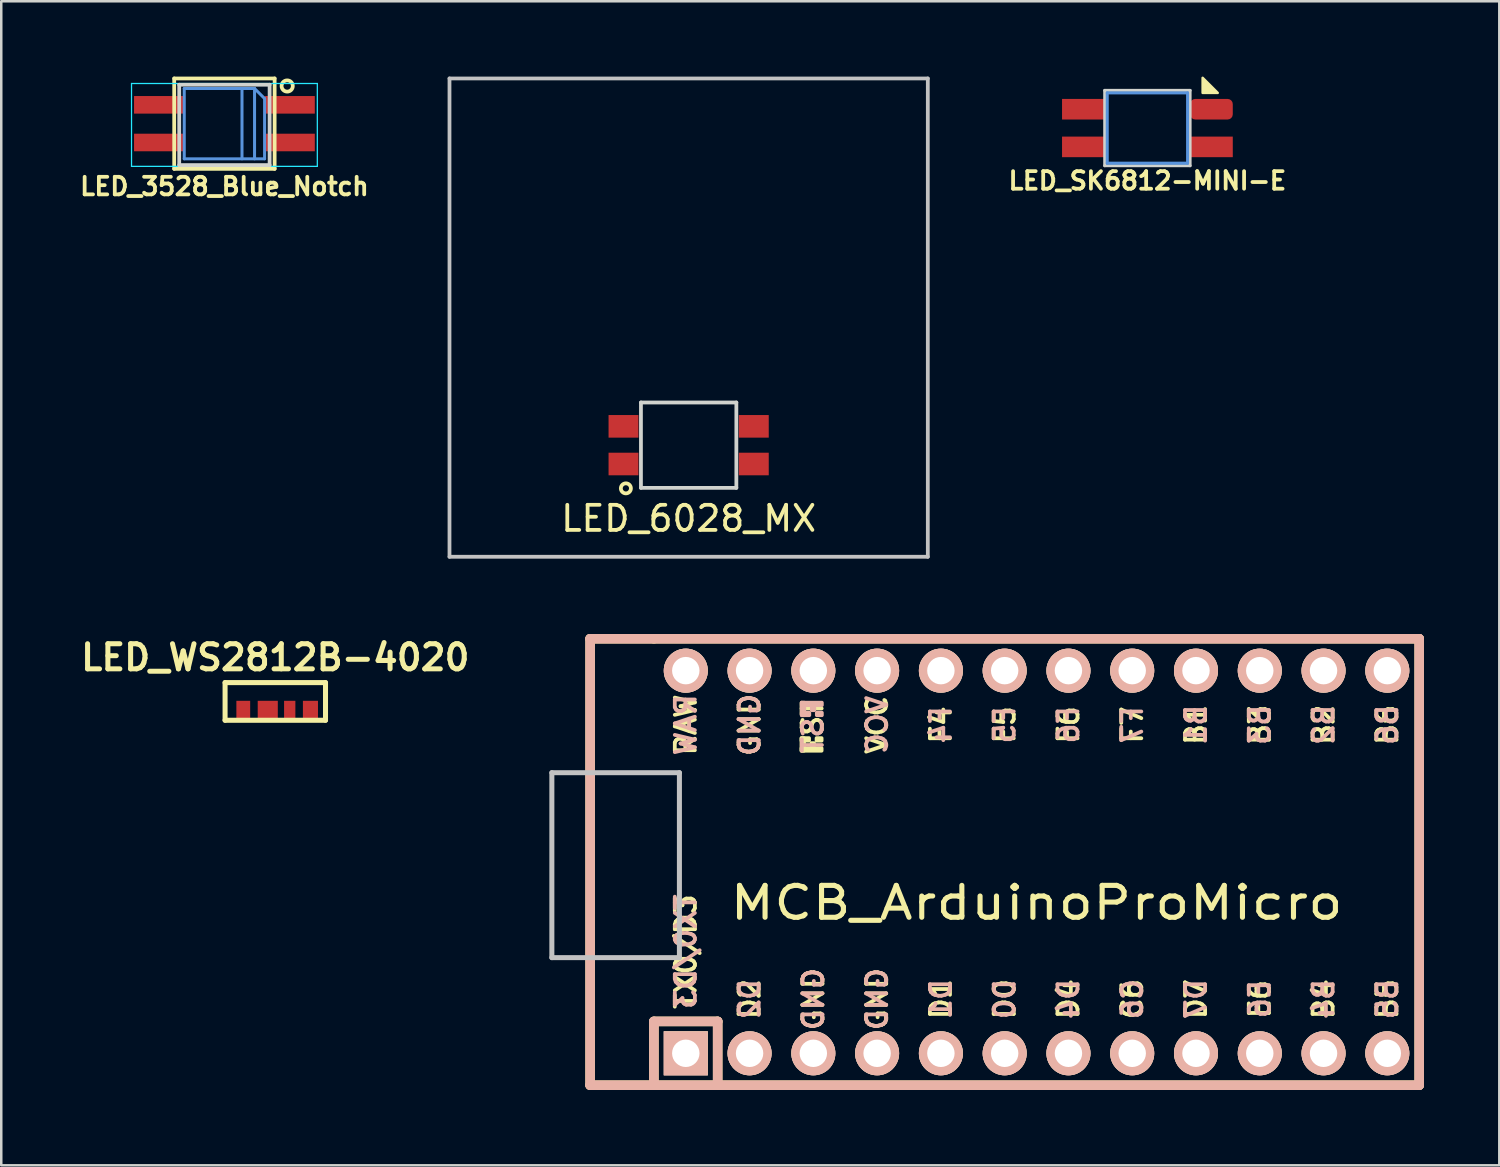
<source format=kicad_pcb>
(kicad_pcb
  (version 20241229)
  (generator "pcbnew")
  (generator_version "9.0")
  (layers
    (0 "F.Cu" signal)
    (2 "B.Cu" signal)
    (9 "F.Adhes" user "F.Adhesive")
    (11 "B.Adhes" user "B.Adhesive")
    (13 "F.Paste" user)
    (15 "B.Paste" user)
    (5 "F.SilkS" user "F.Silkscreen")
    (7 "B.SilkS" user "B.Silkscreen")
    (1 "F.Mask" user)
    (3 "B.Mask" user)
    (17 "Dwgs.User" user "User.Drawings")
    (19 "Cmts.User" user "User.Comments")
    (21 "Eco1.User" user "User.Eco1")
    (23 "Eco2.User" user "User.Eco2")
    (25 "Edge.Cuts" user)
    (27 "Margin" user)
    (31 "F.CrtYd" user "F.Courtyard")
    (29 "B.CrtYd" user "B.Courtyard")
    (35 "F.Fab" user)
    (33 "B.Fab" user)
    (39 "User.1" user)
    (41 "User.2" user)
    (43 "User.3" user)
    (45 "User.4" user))
  (footprint "LED_3528_Blue_Notch"
    (layer "F.Cu")
    (at 5.888 1.925)
    (property "Reference" "LED_3528_Blue_Notch" (at 0 2.45 0) (layer "F.SilkS") (effects (font (size 0.7 0.7) (thickness 0.15))))
    (attr smd)
    (fp_line (start -2 -1.85) (end 2 -1.85) (stroke (width 0.15) (type solid)) (layer "F.SilkS"))
    (fp_line (start -2 1.75) (end -2 -1.85) (stroke (width 0.15) (type solid)) (layer "F.SilkS"))
    (fp_line (start 2 -1.85) (end 2 1.75) (stroke (width 0.15) (type solid)) (layer "F.SilkS"))
    (fp_line (start 2 1.75) (end -2 1.75) (stroke (width 0.15) (type solid)) (layer "F.SilkS"))
    (fp_circle (center 2.5 -1.55) (end 2.6 -1.35) (stroke (width 0.15) (type solid)) (fill no) (layer "F.SilkS"))
    (fp_line (start -1.6 -1.45) (end -1.6 1.35) (stroke (width 0.12) (type solid)) (layer "Cmts.User"))
    (fp_line (start -1.6 1.35) (end 1.6 1.35) (stroke (width 0.12) (type solid)) (layer "Cmts.User"))
    (fp_line (start 0.7 1.35) (end 0.7 -1.45) (stroke (width 0.12) (type solid)) (layer "Cmts.User"))
    (fp_line (start 1.2 -1.45) (end -1.6 -1.45) (stroke (width 0.12) (type solid)) (layer "Cmts.User"))
    (fp_line (start 1.2 -1.45) (end 1.2 1.35) (stroke (width 0.12) (type solid)) (layer "Cmts.User"))
    (fp_line (start 1.6 -1.05) (end 1.2 -1.45) (stroke (width 0.12) (type solid)) (layer "Cmts.User"))
    (fp_line (start 1.6 1.35) (end 1.6 -1.05) (stroke (width 0.12) (type solid)) (layer "Cmts.User"))
    (fp_line (start -1.8 -1.6) (end 1.8 -1.6) (stroke (width 0.15) (type solid)) (layer "Edge.Cuts"))
    (fp_line (start -1.8 1.6) (end -1.8 -1.6) (stroke (width 0.15) (type solid)) (layer "Edge.Cuts"))
    (fp_line (start -1.8 1.6) (end 1.8 1.6) (stroke (width 0.15) (type solid)) (layer "Edge.Cuts"))
    (fp_line (start 1.8 1.6) (end 1.8 -1.6) (stroke (width 0.15) (type solid)) (layer "Edge.Cuts"))
    (fp_line (start -3.7 -1.65) (end 3.7 -1.65) (stroke (width 0.05) (type solid)) (layer "B.CrtYd"))
    (fp_line (start -3.7 1.65) (end -3.7 -1.65) (stroke (width 0.05) (type solid)) (layer "B.CrtYd"))
    (fp_line (start 3.7 -1.65) (end 3.7 1.65) (stroke (width 0.05) (type solid)) (layer "B.CrtYd"))
    (fp_line (start 3.7 1.65) (end -3.7 1.65) (stroke (width 0.05) (type solid)) (layer "B.CrtYd"))
    (pad "1" smd rect (at 2.6 -0.8) (size 2 0.7) (layers "F.Cu" "F.Mask" "F.Paste"))
    (pad "2" smd rect (at -2.6 -0.8) (size 2 0.7) (layers "F.Cu" "F.Mask" "F.Paste"))
    (pad "3" smd rect (at 2.6 0.7) (size 2 0.7) (layers "F.Cu" "F.Mask" "F.Paste"))
    (pad "4" smd rect (at -2.6 0.7) (size 2 0.7) (layers "F.Cu" "F.Mask" "F.Paste")))
  (footprint "LED_WS2812B-4020"
    (layer "F.Cu")
    (at 7.914 24.886)
    (property "Reference" "LED_WS2812B-4020" (at 0 -1.75 0) (layer "F.SilkS") (effects (font (size 1 1) (thickness 0.2))))
    (attr smd)
    (fp_line (start -2 -0.75) (end 2 -0.75) (stroke (width 0.2) (type solid)) (layer "F.SilkS"))
    (fp_line (start -2 0.75) (end -2 -0.75) (stroke (width 0.2) (type solid)) (layer "F.SilkS"))
    (fp_line (start -2 0.75) (end 2 0.75) (stroke (width 0.2) (type solid)) (layer "F.SilkS"))
    (fp_line (start 2 0.75) (end 2 -0.75) (stroke (width 0.2) (type solid)) (layer "F.SilkS"))
    (pad "1" smd rect (at -1.275 0.375) (size 0.55 0.8) (layers "F.Cu" "F.Mask" "F.Paste"))
    (pad "2" smd rect (at -0.3 0.375) (size 0.8 0.8) (layers "F.Cu" "F.Mask" "F.Paste"))
    (pad "3" smd rect (at 0.575 0.375) (size 0.45 0.8) (layers "F.Cu" "F.Mask" "F.Paste"))
    (pad "4" smd rect (at 1.4 0.375) (size 0.6 0.8) (layers "F.Cu" "F.Mask" "F.Paste")))
  (footprint "LED_6028_MX"
    (layer "F.Cu")
    (at 24.377 9.6)
    (property "Reference" "LED_6028_MX" (at 0 8 0) (layer "F.SilkS") (effects (font (size 1 1) (thickness 0.15))))
    (attr smd)
    (fp_circle (center -2.5 6.8) (end -2.5 6.6) (stroke (width 0.15) (type solid)) (fill no) (layer "F.SilkS"))
    (fp_line (start -9.525 -9.525) (end 9.525 -9.525) (stroke (width 0.15) (type solid)) (layer "Dwgs.User"))
    (fp_line (start -9.525 9.525) (end -9.525 -9.525) (stroke (width 0.15) (type solid)) (layer "Dwgs.User"))
    (fp_line (start 9.525 -9.525) (end 9.525 9.525) (stroke (width 0.15) (type solid)) (layer "Dwgs.User"))
    (fp_line (start 9.525 9.525) (end -9.525 9.525) (stroke (width 0.15) (type solid)) (layer "Dwgs.User"))
    (fp_line (start -1.9 3.38) (end -1.9 6.78) (stroke (width 0.15) (type solid)) (layer "Edge.Cuts"))
    (fp_line (start 1.9 3.38) (end -1.9 3.38) (stroke (width 0.15) (type solid)) (layer "Edge.Cuts"))
    (fp_line (start 1.9 3.38) (end 1.9 6.78) (stroke (width 0.15) (type solid)) (layer "Edge.Cuts"))
    (fp_line (start 1.9 6.78) (end -1.9 6.78) (stroke (width 0.15) (type solid)) (layer "Edge.Cuts"))
    (pad "1" smd rect (at -2.595 4.33) (size 1.19 0.9) (layers "F.Cu" "F.Mask" "F.Paste"))
    (pad "2" smd rect (at 2.595 5.83) (size 1.19 0.9) (layers "F.Cu" "F.Mask" "F.Paste"))
    (pad "3" smd rect (at 2.595 4.33) (size 1.19 0.9) (layers "F.Cu" "F.Mask" "F.Paste"))
    (pad "4" smd rect (at -2.595 5.83) (size 1.19 0.9) (layers "F.Cu" "F.Mask" "F.Paste")))
  (footprint "MCB_ArduinoProMicro"
    (layer "F.Cu")
    (at 38.233 31.28)
    (property "Reference" "MCB_ArduinoProMicro" (at 0 1.625 0) (layer "F.SilkS") (effects (font (size 1.27 1.524) (thickness 0.203))))
    (attr through_hole)
    (fp_line (start -17.78 -8.89) (end -17.78 8.89) (stroke (width 0.381) (type solid)) (layer "F.SilkS"))
    (fp_line (start -17.78 8.89) (end -15.24 8.89) (stroke (width 0.381) (type solid)) (layer "F.SilkS"))
    (fp_line (start -15.24 -8.89) (end -17.78 -8.89) (stroke (width 0.381) (type solid)) (layer "F.SilkS"))
    (fp_line (start -15.24 6.35) (end -15.24 8.89) (stroke (width 0.381) (type solid)) (layer "F.SilkS"))
    (fp_line (start -15.24 6.35) (end -12.7 6.35) (stroke (width 0.381) (type solid)) (layer "F.SilkS"))
    (fp_line (start -15.24 8.89) (end 15.24 8.89) (stroke (width 0.381) (type solid)) (layer "F.SilkS"))
    (fp_line (start -12.7 6.35) (end -12.7 8.89) (stroke (width 0.381) (type solid)) (layer "F.SilkS"))
    (fp_line (start 15.24 -8.89) (end -15.24 -8.89) (stroke (width 0.381) (type solid)) (layer "F.SilkS"))
    (fp_line (start 15.24 8.89) (end 15.24 -8.89) (stroke (width 0.381) (type solid)) (layer "F.SilkS"))
    (fp_poly (pts (xy -9.361 -4.932) (xy -9.261 -4.932) (xy -9.261 -4.432) (xy -9.361 -4.432)) (stroke (width 0.15) (type solid)) (fill yes) (layer "F.SilkS"))
    (fp_poly (pts (xy -9.361 -4.932) (xy -9.061 -4.932) (xy -9.061 -4.832) (xy -9.361 -4.832)) (stroke (width 0.15) (type solid)) (fill yes) (layer "F.SilkS"))
    (fp_poly (pts (xy -9.361 -4.532) (xy -8.561 -4.532) (xy -8.561 -4.432) (xy -9.361 -4.432)) (stroke (width 0.15) (type solid)) (fill yes) (layer "F.SilkS"))
    (fp_poly (pts (xy -8.961 -4.732) (xy -8.861 -4.732) (xy -8.861 -4.632) (xy -8.961 -4.632)) (stroke (width 0.15) (type solid)) (fill yes) (layer "F.SilkS"))
    (fp_poly (pts (xy -8.761 -4.932) (xy -8.561 -4.932) (xy -8.561 -4.832) (xy -8.761 -4.832)) (stroke (width 0.15) (type solid)) (fill yes) (layer "F.SilkS"))
    (fp_line (start -17.78 -8.89) (end -17.78 8.89) (stroke (width 0.381) (type solid)) (layer "B.SilkS"))
    (fp_line (start -17.78 8.89) (end 15.24 8.89) (stroke (width 0.381) (type solid)) (layer "B.SilkS"))
    (fp_line (start -15.24 6.35) (end -15.24 8.89) (stroke (width 0.381) (type solid)) (layer "B.SilkS"))
    (fp_line (start -15.24 6.35) (end -12.7 6.35) (stroke (width 0.381) (type solid)) (layer "B.SilkS"))
    (fp_line (start -12.7 6.35) (end -12.7 8.89) (stroke (width 0.381) (type solid)) (layer "B.SilkS"))
    (fp_line (start 15.24 -8.89) (end -17.78 -8.89) (stroke (width 0.381) (type solid)) (layer "B.SilkS"))
    (fp_line (start 15.24 8.89) (end 15.24 -8.89) (stroke (width 0.381) (type solid)) (layer "B.SilkS"))
    (fp_poly (pts (xy -9.351 -6.245) (xy -8.551 -6.245) (xy -8.551 -6.345) (xy -9.351 -6.345)) (stroke (width 0.15) (type solid)) (fill yes) (layer "B.SilkS"))
    (fp_poly (pts (xy -9.351 -5.845) (xy -9.251 -5.845) (xy -9.251 -6.345) (xy -9.351 -6.345)) (stroke (width 0.15) (type solid)) (fill yes) (layer "B.SilkS"))
    (fp_poly (pts (xy -9.351 -5.845) (xy -9.051 -5.845) (xy -9.051 -5.945) (xy -9.351 -5.945)) (stroke (width 0.15) (type solid)) (fill yes) (layer "B.SilkS"))
    (fp_poly (pts (xy -8.951 -6.045) (xy -8.851 -6.045) (xy -8.851 -6.145) (xy -8.951 -6.145)) (stroke (width 0.15) (type solid)) (fill yes) (layer "B.SilkS"))
    (fp_poly (pts (xy -8.751 -5.845) (xy -8.551 -5.845) (xy -8.551 -5.945) (xy -8.751 -5.945)) (stroke (width 0.15) (type solid)) (fill yes) (layer "B.SilkS"))
    (fp_line (start -19.304 -3.556) (end -14.224 -3.556) (stroke (width 0.2) (type solid)) (layer "Dwgs.User"))
    (fp_line (start -19.304 3.81) (end -19.304 -3.556) (stroke (width 0.2) (type solid)) (layer "Dwgs.User"))
    (fp_line (start -14.224 -3.556) (end -14.224 3.81) (stroke (width 0.2) (type solid)) (layer "Dwgs.User"))
    (fp_line (start -14.224 3.81) (end -19.304 3.81) (stroke (width 0.2) (type solid)) (layer "Dwgs.User"))
    (fp_text user "D7" (at 6.35 5.461 90) (layer "F.SilkS") (effects (font (size 0.8 0.8) (thickness 0.15))))
    (fp_text user "TX0/D3" (at -13.97 3.572 90) (layer "F.SilkS") (effects (font (size 0.8 0.8) (thickness 0.15))))
    (fp_text user "GND" (at -8.89 5.461 90) (layer "F.SilkS") (effects (font (size 0.8 0.8) (thickness 0.15))))
    (fp_text user "RAW" (at -13.97 -5.461 90) (layer "F.SilkS") (effects (font (size 0.8 0.8) (thickness 0.15))))
    (fp_text user "F7" (at 3.81 -5.461 90) (layer "F.SilkS") (effects (font (size 0.8 0.8) (thickness 0.15))))
    (fp_text user "F6" (at 1.27 -5.461 90) (layer "F.SilkS") (effects (font (size 0.8 0.8) (thickness 0.15))))
    (fp_text user "F4" (at -3.81 -5.461 90) (layer "F.SilkS") (effects (font (size 0.8 0.8) (thickness 0.15))))
    (fp_text user "ST" (at -8.92 -5.733 90) (layer "F.SilkS") (effects (font (size 0.8 0.8) (thickness 0.15))))
    (fp_text user "B4" (at 11.43 5.461 90) (layer "F.SilkS") (effects (font (size 0.8 0.8) (thickness 0.15))))
    (fp_text user "GND" (at -11.43 -5.461 90) (layer "F.SilkS") (effects (font (size 0.8 0.8) (thickness 0.15))))
    (fp_text user "B1" (at 6.35 -5.461 90) (layer "F.SilkS") (effects (font (size 0.8 0.8) (thickness 0.15))))
    (fp_text user "B3" (at 8.89 -5.461 90) (layer "F.SilkS") (effects (font (size 0.8 0.8) (thickness 0.15))))
    (fp_text user "D4" (at 1.27 5.461 90) (layer "F.SilkS") (effects (font (size 0.8 0.8) (thickness 0.15))))
    (fp_text user "D2" (at -11.43 5.461 90) (layer "F.SilkS") (effects (font (size 0.8 0.8) (thickness 0.15))))
    (fp_text user "F5" (at -1.27 -5.461 90) (layer "F.SilkS") (effects (font (size 0.8 0.8) (thickness 0.15))))
    (fp_text user "B5" (at 13.97 5.461 90) (layer "F.SilkS") (effects (font (size 0.8 0.8) (thickness 0.15))))
    (fp_text user "VCC" (at -6.35 -5.461 90) (layer "F.SilkS") (effects (font (size 0.8 0.8) (thickness 0.15))))
    (fp_text user "GND" (at -6.35 5.461 90) (layer "F.SilkS") (effects (font (size 0.8 0.8) (thickness 0.15))))
    (fp_text user "D0" (at -1.27 5.461 90) (layer "F.SilkS") (effects (font (size 0.8 0.8) (thickness 0.15))))
    (fp_text user "E6" (at 8.89 5.461 90) (layer "F.SilkS") (effects (font (size 0.8 0.8) (thickness 0.15))))
    (fp_text user "B2" (at 11.43 -5.461 90) (layer "F.SilkS") (effects (font (size 0.8 0.8) (thickness 0.15))))
    (fp_text user "D1" (at -3.81 5.461 90) (layer "F.SilkS") (effects (font (size 0.8 0.8) (thickness 0.15))))
    (fp_text user "B6" (at 13.97 -5.461 90) (layer "F.SilkS") (effects (font (size 0.8 0.8) (thickness 0.15))))
    (fp_text user "C6" (at 3.81 5.461 90) (layer "F.SilkS") (effects (font (size 0.8 0.8) (thickness 0.15))))
    (fp_text user "GND" (at -6.35 5.461 90) (layer "B.SilkS") (effects (font (size 0.8 0.8) (thickness 0.15)) (justify mirror)))
    (fp_text user "F4" (at -3.81 -5.461 90) (layer "B.SilkS") (effects (font (size 0.8 0.8) (thickness 0.15)) (justify mirror)))
    (fp_text user "B2" (at 11.43 -5.461 90) (layer "B.SilkS") (effects (font (size 0.8 0.8) (thickness 0.15)) (justify mirror)))
    (fp_text user "C6" (at 3.81 5.461 90) (layer "B.SilkS") (effects (font (size 0.8 0.8) (thickness 0.15)) (justify mirror)))
    (fp_text user "D7" (at 6.35 5.461 90) (layer "B.SilkS") (effects (font (size 0.8 0.8) (thickness 0.15)) (justify mirror)))
    (fp_text user "F7" (at 3.81 -5.461 90) (layer "B.SilkS") (effects (font (size 0.8 0.8) (thickness 0.15)) (justify mirror)))
    (fp_text user "VCC" (at -6.35 -5.461 90) (layer "B.SilkS") (effects (font (size 0.8 0.8) (thickness 0.15)) (justify mirror)))
    (fp_text user "RAW" (at -13.97 -5.461 90) (layer "B.SilkS") (effects (font (size 0.8 0.8) (thickness 0.15)) (justify mirror)))
    (fp_text user "ST" (at -8.91 -5.04 90) (layer "B.SilkS") (effects (font (size 0.8 0.8) (thickness 0.15)) (justify mirror)))
    (fp_text user "B5" (at 13.97 5.461 90) (layer "B.SilkS") (effects (font (size 0.8 0.8) (thickness 0.15)) (justify mirror)))
    (fp_text user "E6" (at 8.89 5.461 90) (layer "B.SilkS") (effects (font (size 0.8 0.8) (thickness 0.15)) (justify mirror)))
    (fp_text user "F5" (at -1.27 -5.461 90) (layer "B.SilkS") (effects (font (size 0.8 0.8) (thickness 0.15)) (justify mirror)))
    (fp_text user "GND" (at -8.89 5.461 90) (layer "B.SilkS") (effects (font (size 0.8 0.8) (thickness 0.15)) (justify mirror)))
    (fp_text user "D1" (at -3.81 5.461 90) (layer "B.SilkS") (effects (font (size 0.8 0.8) (thickness 0.15)) (justify mirror)))
    (fp_text user "B6" (at 13.97 -5.461 90) (layer "B.SilkS") (effects (font (size 0.8 0.8) (thickness 0.15)) (justify mirror)))
    (fp_text user "D0" (at -1.27 5.461 90) (layer "B.SilkS") (effects (font (size 0.8 0.8) (thickness 0.15)) (justify mirror)))
    (fp_text user "GND" (at -11.43 -5.461 90) (layer "B.SilkS") (effects (font (size 0.8 0.8) (thickness 0.15)) (justify mirror)))
    (fp_text user "TX0/D3" (at -13.97 3.572 90) (layer "B.SilkS") (effects (font (size 0.8 0.8) (thickness 0.15)) (justify mirror)))
    (fp_text user "D2" (at -11.43 5.461 90) (layer "B.SilkS") (effects (font (size 0.8 0.8) (thickness 0.15)) (justify mirror)))
    (fp_text user "B1" (at 6.35 -5.461 90) (layer "B.SilkS") (effects (font (size 0.8 0.8) (thickness 0.15)) (justify mirror)))
    (fp_text user "B3" (at 8.89 -5.461 90) (layer "B.SilkS") (effects (font (size 0.8 0.8) (thickness 0.15)) (justify mirror)))
    (fp_text user "B4" (at 11.43 5.461 90) (layer "B.SilkS") (effects (font (size 0.8 0.8) (thickness 0.15)) (justify mirror)))
    (fp_text user "F6" (at 1.27 -5.461 90) (layer "B.SilkS") (effects (font (size 0.8 0.8) (thickness 0.15)) (justify mirror)))
    (fp_text user "D4" (at 1.27 5.461 90) (layer "B.SilkS") (effects (font (size 0.8 0.8) (thickness 0.15)) (justify mirror)))
    (pad "1" thru_hole rect (at -13.97 7.62) (size 1.753 1.753) (drill 1.092) (layers "*.Cu" "*.SilkS" "*.Mask"))
    (pad "2" thru_hole circle (at -11.43 7.62) (size 1.753 1.753) (drill 1.092) (layers "*.Cu" "*.SilkS" "*.Mask"))
    (pad "3" thru_hole circle (at -8.89 7.62) (size 1.753 1.753) (drill 1.092) (layers "*.Cu" "*.SilkS" "*.Mask"))
    (pad "4" thru_hole circle (at -6.35 7.62) (size 1.753 1.753) (drill 1.092) (layers "*.Cu" "*.SilkS" "*.Mask"))
    (pad "5" thru_hole circle (at -3.81 7.62) (size 1.753 1.753) (drill 1.092) (layers "*.Cu" "*.SilkS" "*.Mask"))
    (pad "6" thru_hole circle (at -1.27 7.62) (size 1.753 1.753) (drill 1.092) (layers "*.Cu" "*.SilkS" "*.Mask"))
    (pad "7" thru_hole circle (at 1.27 7.62) (size 1.753 1.753) (drill 1.092) (layers "*.Cu" "*.SilkS" "*.Mask"))
    (pad "8" thru_hole circle (at 3.81 7.62) (size 1.753 1.753) (drill 1.092) (layers "*.Cu" "*.SilkS" "*.Mask"))
    (pad "9" thru_hole circle (at 6.35 7.62) (size 1.753 1.753) (drill 1.092) (layers "*.Cu" "*.SilkS" "*.Mask"))
    (pad "10" thru_hole circle (at 8.89 7.62) (size 1.753 1.753) (drill 1.092) (layers "*.Cu" "*.SilkS" "*.Mask"))
    (pad "11" thru_hole circle (at 11.43 7.62) (size 1.753 1.753) (drill 1.092) (layers "*.Cu" "*.SilkS" "*.Mask"))
    (pad "12" thru_hole circle (at 13.97 7.62) (size 1.753 1.753) (drill 1.092) (layers "*.Cu" "*.SilkS" "*.Mask"))
    (pad "13" thru_hole circle (at 13.97 -7.62) (size 1.753 1.753) (drill 1.092) (layers "*.Cu" "*.SilkS" "*.Mask"))
    (pad "14" thru_hole circle (at 11.43 -7.62) (size 1.753 1.753) (drill 1.092) (layers "*.Cu" "*.SilkS" "*.Mask"))
    (pad "15" thru_hole circle (at 8.89 -7.62) (size 1.753 1.753) (drill 1.092) (layers "*.Cu" "*.SilkS" "*.Mask"))
    (pad "16" thru_hole circle (at 6.35 -7.62) (size 1.753 1.753) (drill 1.092) (layers "*.Cu" "*.SilkS" "*.Mask"))
    (pad "17" thru_hole circle (at 3.81 -7.62) (size 1.753 1.753) (drill 1.092) (layers "*.Cu" "*.SilkS" "*.Mask"))
    (pad "18" thru_hole circle (at 1.27 -7.62) (size 1.753 1.753) (drill 1.092) (layers "*.Cu" "*.SilkS" "*.Mask"))
    (pad "19" thru_hole circle (at -1.27 -7.62) (size 1.753 1.753) (drill 1.092) (layers "*.Cu" "*.SilkS" "*.Mask"))
    (pad "20" thru_hole circle (at -3.81 -7.62) (size 1.753 1.753) (drill 1.092) (layers "*.Cu" "*.SilkS" "*.Mask"))
    (pad "21" thru_hole circle (at -6.35 -7.62) (size 1.753 1.753) (drill 1.092) (layers "*.Cu" "*.SilkS" "*.Mask"))
    (pad "22" thru_hole circle (at -8.89 -7.62) (size 1.753 1.753) (drill 1.092) (layers "*.Cu" "*.SilkS" "*.Mask"))
    (pad "23" thru_hole circle (at -11.43 -7.62) (size 1.753 1.753) (drill 1.092) (layers "*.Cu" "*.SilkS" "*.Mask"))
    (pad "24" thru_hole circle (at -13.97 -7.62) (size 1.753 1.753) (drill 1.092) (layers "*.Cu" "*.SilkS" "*.Mask")))
  (footprint "LED_SK6812-MINI-E"
    (layer "F.Cu")
    (at 42.648 2.05)
    (property "Reference" "LED_SK6812-MINI-E" (at 0 2.1 0) (unlocked yes) (layer "F.SilkS") (effects (font (size 0.7 0.7) (thickness 0.15))))
    (attr through_hole)
    (fp_poly (pts (xy 2.8 -1.4) (xy 2.2 -1.4) (xy 2.2 -2)) (stroke (width 0.1) (type solid)) (fill yes) (layer "F.SilkS"))
    (fp_line (start -1.6 -1.4) (end 1.6 -1.4) (stroke (width 0.12) (type solid)) (layer "Cmts.User"))
    (fp_line (start -1.6 1.4) (end -1.6 -1.4) (stroke (width 0.12) (type solid)) (layer "Cmts.User"))
    (fp_line (start 1.6 -1.4) (end 1.6 1.4) (stroke (width 0.12) (type solid)) (layer "Cmts.User"))
    (fp_line (start 1.6 1.4) (end -1.6 1.4) (stroke (width 0.12) (type solid)) (layer "Cmts.User"))
    (fp_line (start -1.7 -1.5) (end 1.7 -1.5) (stroke (width 0.12) (type solid)) (layer "Edge.Cuts"))
    (fp_line (start -1.7 1.5) (end -1.7 -1.5) (stroke (width 0.12) (type solid)) (layer "Edge.Cuts"))
    (fp_line (start 1.7 -1.5) (end 1.7 1.5) (stroke (width 0.12) (type solid)) (layer "Edge.Cuts"))
    (fp_line (start 1.7 1.5) (end -1.7 1.5) (stroke (width 0.12) (type solid)) (layer "Edge.Cuts"))
    (pad "1" smd rect (at -2.55 0.75) (size 1.7 0.82) (layers "F.Cu" "F.Mask" "F.Paste"))
    (pad "2" smd rect (at -2.55 -0.75) (size 1.7 0.82) (layers "F.Cu" "F.Mask" "F.Paste"))
    (pad "3" smd roundrect (at 2.55 -0.75) (size 1.7 0.82) (layers "F.Cu" "F.Mask" "F.Paste") (roundrect_rratio 0.25))
    (pad "4" smd rect (at 2.55 0.75) (size 1.7 0.82) (layers "F.Cu" "F.Mask" "F.Paste")))
  (gr_rect
    (start -3 -3)
    (end 56.663 43.361)
    (stroke (width 0.1) (type default))
    (fill no)
    (layer "Edge.Cuts")))
</source>
